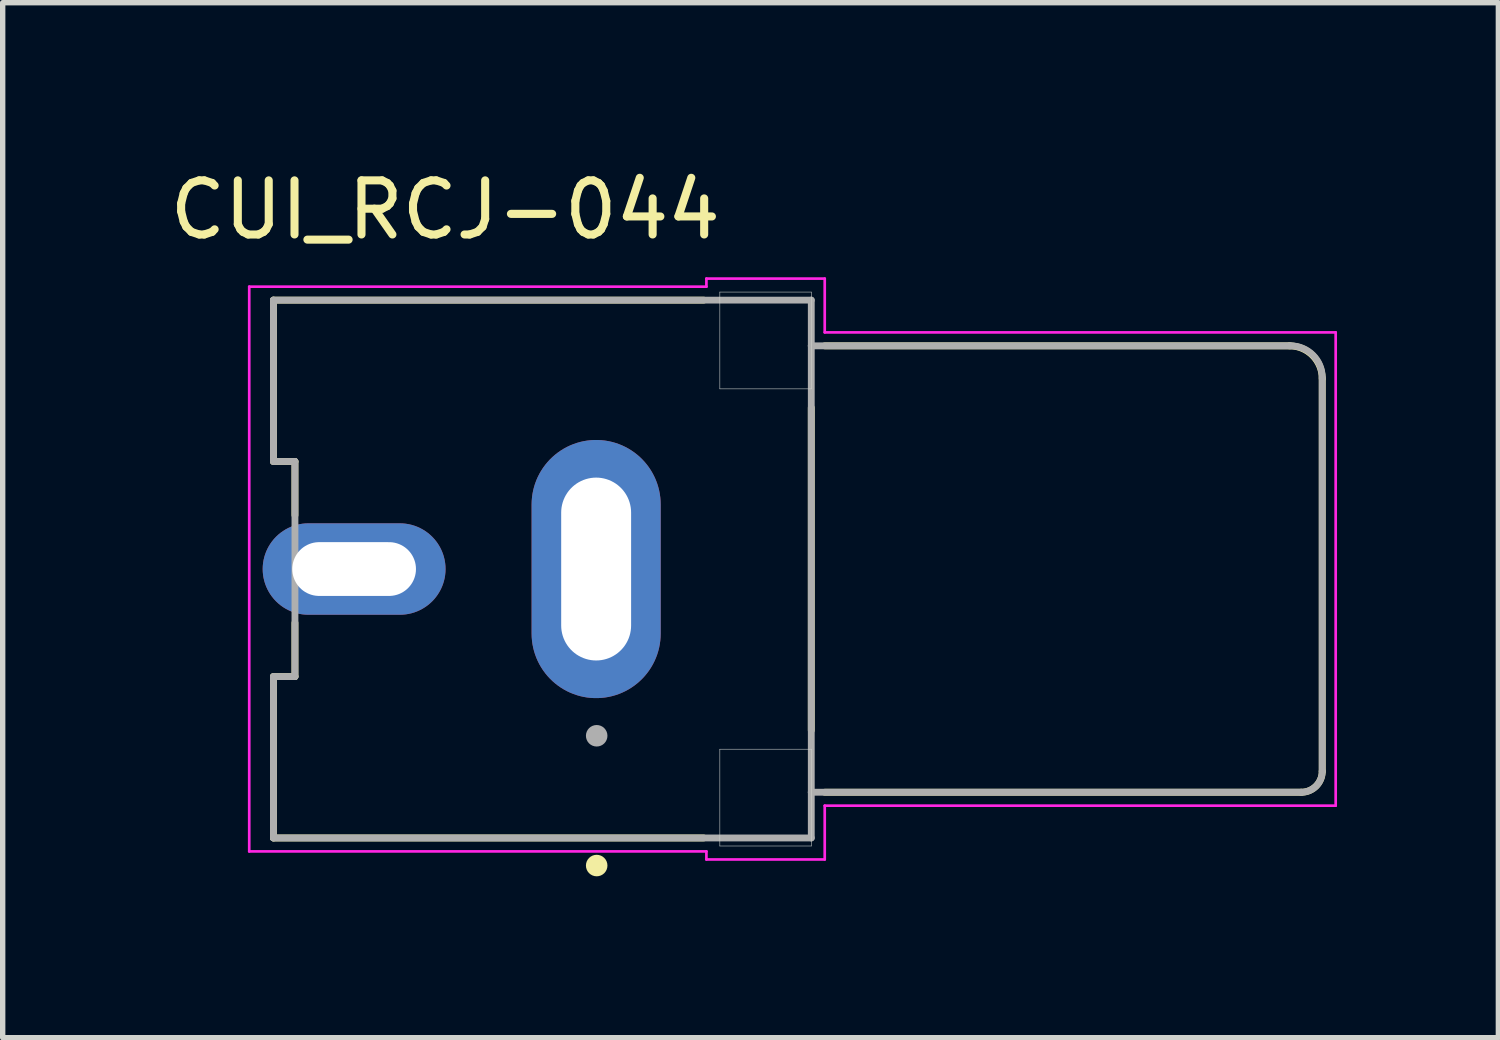
<source format=kicad_pcb>
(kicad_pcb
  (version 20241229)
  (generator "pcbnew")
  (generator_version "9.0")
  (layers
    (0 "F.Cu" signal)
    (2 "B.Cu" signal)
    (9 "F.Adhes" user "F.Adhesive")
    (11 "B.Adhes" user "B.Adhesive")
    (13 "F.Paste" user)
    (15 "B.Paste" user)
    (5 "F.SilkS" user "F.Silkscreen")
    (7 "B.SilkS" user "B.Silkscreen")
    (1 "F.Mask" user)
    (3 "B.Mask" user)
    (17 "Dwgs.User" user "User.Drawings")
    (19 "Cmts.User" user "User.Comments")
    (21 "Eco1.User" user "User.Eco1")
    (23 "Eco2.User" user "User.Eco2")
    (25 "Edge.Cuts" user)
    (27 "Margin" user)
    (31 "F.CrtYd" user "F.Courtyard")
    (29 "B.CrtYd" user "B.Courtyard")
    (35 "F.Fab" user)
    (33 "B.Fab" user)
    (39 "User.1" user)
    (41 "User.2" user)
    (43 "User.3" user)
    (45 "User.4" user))
  (footprint "CUI_RCJ-044"
    (layer "F.Cu")
    (at 12.034 7.53)
    (property "Reference" "CUI_RCJ-044" (at -6.806 -6.678 0) (layer "F.SilkS") (effects (font (size 1.006 1.006) (thickness 0.15))))
    (attr through_hole)
    (fp_line (start -10 -5) (end -2 -5) (stroke (width 0.127) (type solid)) (layer "F.SilkS"))
    (fp_line (start -10 -2) (end -10 -5) (stroke (width 0.127) (type solid)) (layer "F.SilkS"))
    (fp_line (start -10 2) (end -9.6 2) (stroke (width 0.127) (type solid)) (layer "F.SilkS"))
    (fp_line (start -10 5) (end -10 2) (stroke (width 0.127) (type solid)) (layer "F.SilkS"))
    (fp_line (start -10 5) (end -2 5) (stroke (width 0.127) (type solid)) (layer "F.SilkS"))
    (fp_line (start -9.6 -2) (end -10 -2) (stroke (width 0.127) (type solid)) (layer "F.SilkS"))
    (fp_line (start -9.6 -1) (end -9.6 -2) (stroke (width 0.127) (type solid)) (layer "F.SilkS"))
    (fp_line (start -9.6 2) (end -9.6 1) (stroke (width 0.127) (type solid)) (layer "F.SilkS"))
    (fp_line (start 0 3) (end 0 -3) (stroke (width 0.127) (type solid)) (layer "F.SilkS"))
    (fp_line (start 0.25 -4.15) (end 8.89 -4.15) (stroke (width 0.127) (type solid)) (layer "F.SilkS"))
    (fp_line (start 9.11 4.15) (end 0.25 4.15) (stroke (width 0.127) (type solid)) (layer "F.SilkS"))
    (fp_line (start 9.5 -3.54) (end 9.5 3.76) (stroke (width 0.127) (type solid)) (layer "F.SilkS"))
    (fp_arc (start 8.89 -4.15) (mid 9.321335 -3.971335) (end 9.5 -3.54) (stroke (width 0.127) (type solid)) (layer "F.SilkS"))
    (fp_arc (start 9.5 3.76) (mid 9.385772 4.035772) (end 9.11 4.15) (stroke (width 0.127) (type solid)) (layer "F.SilkS"))
    (fp_circle (center -3.99 5.513) (end -3.89 5.513) (stroke (width 0.2) (type solid)) (fill no) (layer "F.SilkS"))
    (fp_line (start -1.7 -5.15) (end -1.7 -3.35) (stroke (width 0.01) (type solid)) (layer "Edge.Cuts"))
    (fp_line (start -1.7 -3.35) (end 0 -3.35) (stroke (width 0.01) (type solid)) (layer "Edge.Cuts"))
    (fp_line (start -1.7 3.35) (end -1.7 5.15) (stroke (width 0.01) (type solid)) (layer "Edge.Cuts"))
    (fp_line (start -1.7 5.15) (end 0 5.15) (stroke (width 0.01) (type solid)) (layer "Edge.Cuts"))
    (fp_line (start 0 -5.15) (end -1.7 -5.15) (stroke (width 0.01) (type solid)) (layer "Edge.Cuts"))
    (fp_line (start 0 -3.35) (end 0 -5.15) (stroke (width 0.01) (type solid)) (layer "Edge.Cuts"))
    (fp_line (start 0 3.35) (end -1.7 3.35) (stroke (width 0.01) (type solid)) (layer "Edge.Cuts"))
    (fp_line (start 0 5.15) (end 0 3.35) (stroke (width 0.01) (type solid)) (layer "Edge.Cuts"))
    (fp_line (start -10.45 -5.25) (end -10.45 5.25) (stroke (width 0.05) (type solid)) (layer "F.CrtYd"))
    (fp_line (start -10.45 5.25) (end -1.95 5.25) (stroke (width 0.05) (type solid)) (layer "F.CrtYd"))
    (fp_line (start -1.95 -5.4) (end -1.95 -5.25) (stroke (width 0.05) (type solid)) (layer "F.CrtYd"))
    (fp_line (start -1.95 -5.25) (end -10.45 -5.25) (stroke (width 0.05) (type solid)) (layer "F.CrtYd"))
    (fp_line (start -1.95 5.25) (end -1.95 5.4) (stroke (width 0.05) (type solid)) (layer "F.CrtYd"))
    (fp_line (start -1.95 5.4) (end 0.25 5.4) (stroke (width 0.05) (type solid)) (layer "F.CrtYd"))
    (fp_line (start 0.25 -5.4) (end -1.95 -5.4) (stroke (width 0.05) (type solid)) (layer "F.CrtYd"))
    (fp_line (start 0.25 -4.4) (end 0.25 -5.4) (stroke (width 0.05) (type solid)) (layer "F.CrtYd"))
    (fp_line (start 0.25 4.4) (end 9.75 4.4) (stroke (width 0.05) (type solid)) (layer "F.CrtYd"))
    (fp_line (start 0.25 5.4) (end 0.25 4.4) (stroke (width 0.05) (type solid)) (layer "F.CrtYd"))
    (fp_line (start 9.75 -4.4) (end 0.25 -4.4) (stroke (width 0.05) (type solid)) (layer "F.CrtYd"))
    (fp_line (start 9.75 4.4) (end 9.75 -4.4) (stroke (width 0.05) (type solid)) (layer "F.CrtYd"))
    (fp_line (start -10 -5) (end 0 -5) (stroke (width 0.127) (type solid)) (layer "F.Fab"))
    (fp_line (start -10 -2) (end -10 -5) (stroke (width 0.127) (type solid)) (layer "F.Fab"))
    (fp_line (start -10 2) (end -9.6 2) (stroke (width 0.127) (type solid)) (layer "F.Fab"))
    (fp_line (start -10 5) (end -10 2) (stroke (width 0.127) (type solid)) (layer "F.Fab"))
    (fp_line (start -9.6 -2) (end -10 -2) (stroke (width 0.127) (type solid)) (layer "F.Fab"))
    (fp_line (start -9.6 2) (end -9.6 -2) (stroke (width 0.127) (type solid)) (layer "F.Fab"))
    (fp_line (start 0 -5) (end 0 -4.15) (stroke (width 0.127) (type solid)) (layer "F.Fab"))
    (fp_line (start 0 -4.15) (end 0 4.15) (stroke (width 0.127) (type solid)) (layer "F.Fab"))
    (fp_line (start 0 -4.15) (end 8.91 -4.15) (stroke (width 0.127) (type solid)) (layer "F.Fab"))
    (fp_line (start 0 4.15) (end 0 5) (stroke (width 0.127) (type solid)) (layer "F.Fab"))
    (fp_line (start 0 5) (end -10 5) (stroke (width 0.127) (type solid)) (layer "F.Fab"))
    (fp_line (start 9.11 4.15) (end 0 4.15) (stroke (width 0.127) (type solid)) (layer "F.Fab"))
    (fp_line (start 9.5 -3.56) (end 9.5 3.76) (stroke (width 0.127) (type solid)) (layer "F.Fab"))
    (fp_arc (start 8.91 -4.15) (mid 9.327193 -3.977193) (end 9.5 -3.56) (stroke (width 0.127) (type solid)) (layer "F.Fab"))
    (fp_arc (start 9.5 3.76) (mid 9.385772 4.035772) (end 9.11 4.15) (stroke (width 0.127) (type solid)) (layer "F.Fab"))
    (fp_circle (center -3.99 3.1) (end -3.89 3.1) (stroke (width 0.2) (type solid)) (fill no) (layer "F.Fab"))
    (pad "1" thru_hole oval (at -4 0) (size 2.4 4.8) (drill oval 1.3 3.4) (layers "*.Cu" "*.Mask"))
    (pad "2" thru_hole oval (at -8.5 0) (size 3.4 1.7) (drill oval 2.3 1) (layers "*.Cu" "*.Mask")))
  (gr_rect
    (start -3 -3)
    (end 24.809 16.243)
    (stroke (width 0.1) (type default))
    (fill no)
    (layer "Edge.Cuts")))
</source>
